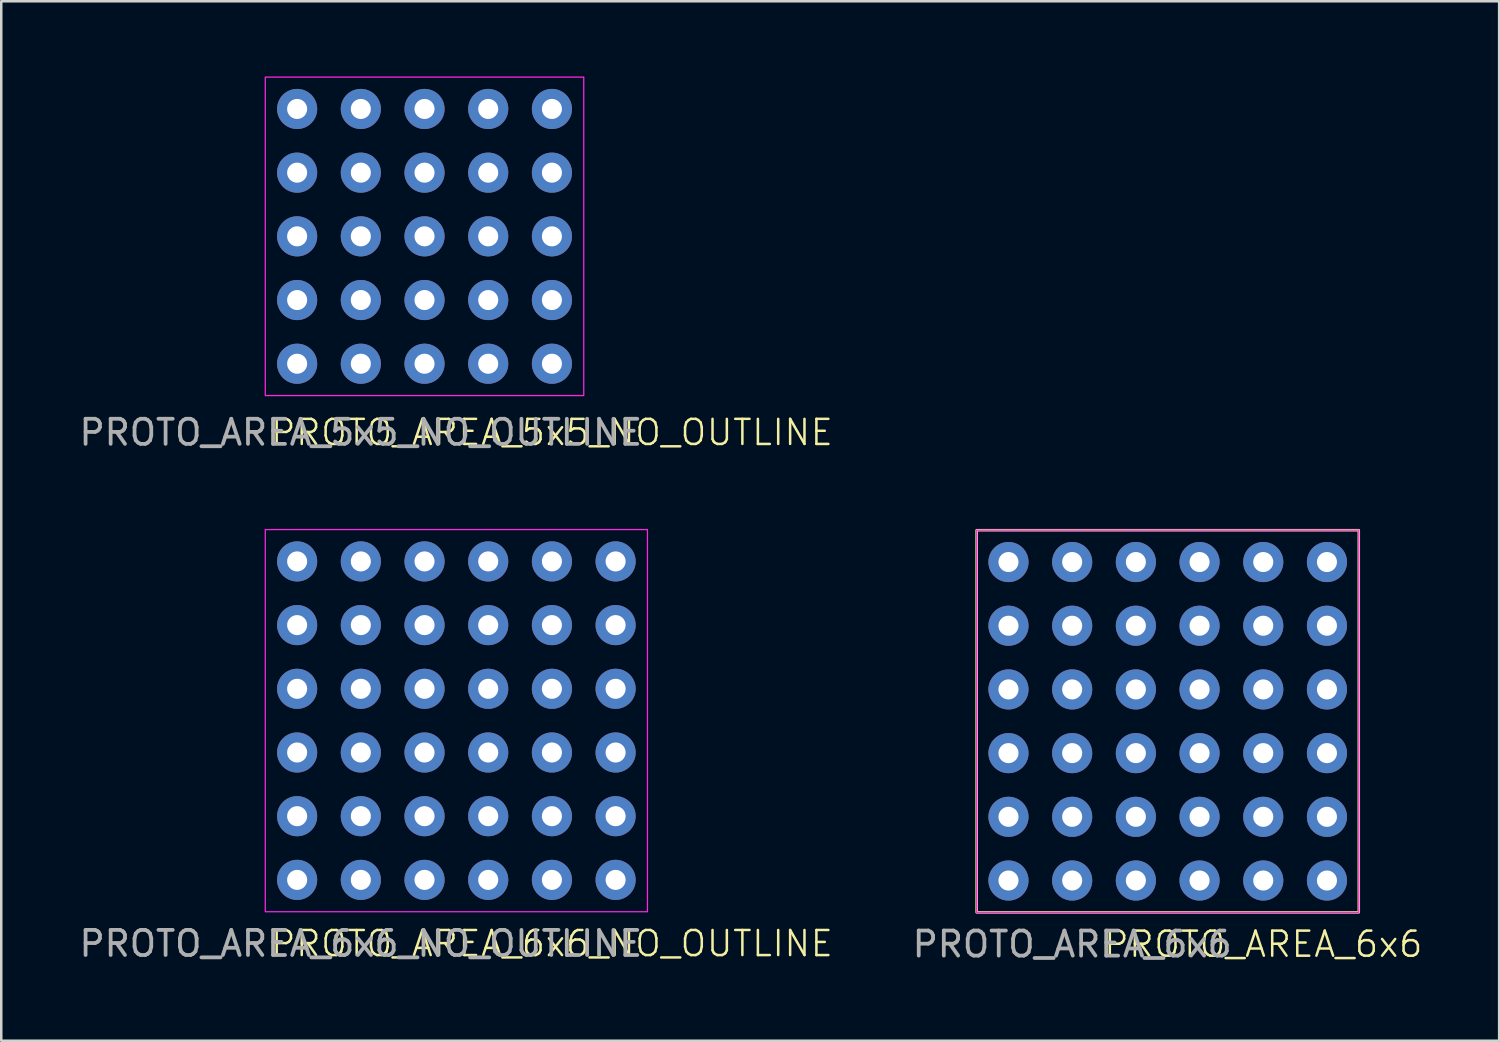
<source format=kicad_pcb>
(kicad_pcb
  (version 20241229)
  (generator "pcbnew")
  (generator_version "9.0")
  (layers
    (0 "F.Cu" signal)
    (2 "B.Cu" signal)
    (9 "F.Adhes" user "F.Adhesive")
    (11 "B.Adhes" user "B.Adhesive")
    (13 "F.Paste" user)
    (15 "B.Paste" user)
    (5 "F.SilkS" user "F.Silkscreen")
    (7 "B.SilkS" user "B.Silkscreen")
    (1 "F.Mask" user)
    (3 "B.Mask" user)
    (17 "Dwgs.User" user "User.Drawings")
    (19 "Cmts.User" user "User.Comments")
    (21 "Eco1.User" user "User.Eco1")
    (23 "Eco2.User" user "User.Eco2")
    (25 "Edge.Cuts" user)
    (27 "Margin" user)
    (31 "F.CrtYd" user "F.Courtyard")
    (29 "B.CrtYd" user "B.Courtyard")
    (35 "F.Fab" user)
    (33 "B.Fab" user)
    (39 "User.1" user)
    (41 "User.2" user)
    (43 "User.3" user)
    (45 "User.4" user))
  (footprint "PROTO_AREA_6x6_NO_OUTLINE"
    (layer "F.Cu")
    (at 8.799 19.338)
    (property "Reference" "PROTO_AREA_6x6_NO_OUTLINE" (at 10.16 15.24 0) (unlocked yes) (layer "F.SilkS") (effects (font (size 1 1) (thickness 0.1))))
    (attr through_hole)
    (fp_rect (start -1.27 -1.27) (end 13.97 13.97) (stroke (width 0.05) (type default)) (fill no) (layer "F.CrtYd"))
    (fp_text user "${REFERENCE}" (at 2.54 15.24 0) (unlocked yes) (layer "F.Fab") (effects (font (size 1 1) (thickness 0.15))))
    (pad "1" thru_hole circle (at 0 0) (size 1.6 1.6) (drill 0.8) (layers "*.Cu" "*.Mask"))
    (pad "2" thru_hole circle (at 0 2.54) (size 1.6 1.6) (drill 0.8) (layers "*.Cu" "*.Mask"))
    (pad "3" thru_hole circle (at 0 5.08) (size 1.6 1.6) (drill 0.8) (layers "*.Cu" "*.Mask"))
    (pad "4" thru_hole circle (at 0 7.62) (size 1.6 1.6) (drill 0.8) (layers "*.Cu" "*.Mask"))
    (pad "5" thru_hole circle (at 0 10.16) (size 1.6 1.6) (drill 0.8) (layers "*.Cu" "*.Mask"))
    (pad "6" thru_hole circle (at 0 12.7) (size 1.6 1.6) (drill 0.8) (layers "*.Cu" "*.Mask"))
    (pad "7" thru_hole circle (at 2.54 0) (size 1.6 1.6) (drill 0.8) (layers "*.Cu" "*.Mask"))
    (pad "8" thru_hole circle (at 2.54 2.54) (size 1.6 1.6) (drill 0.8) (layers "*.Cu" "*.Mask"))
    (pad "9" thru_hole circle (at 2.54 5.08) (size 1.6 1.6) (drill 0.8) (layers "*.Cu" "*.Mask"))
    (pad "10" thru_hole circle (at 2.54 7.62) (size 1.6 1.6) (drill 0.8) (layers "*.Cu" "*.Mask"))
    (pad "11" thru_hole circle (at 2.54 10.16) (size 1.6 1.6) (drill 0.8) (layers "*.Cu" "*.Mask"))
    (pad "12" thru_hole circle (at 2.54 12.7) (size 1.6 1.6) (drill 0.8) (layers "*.Cu" "*.Mask"))
    (pad "13" thru_hole circle (at 5.08 0) (size 1.6 1.6) (drill 0.8) (layers "*.Cu" "*.Mask"))
    (pad "14" thru_hole circle (at 5.08 2.54) (size 1.6 1.6) (drill 0.8) (layers "*.Cu" "*.Mask"))
    (pad "15" thru_hole circle (at 5.08 5.08) (size 1.6 1.6) (drill 0.8) (layers "*.Cu" "*.Mask"))
    (pad "16" thru_hole circle (at 5.08 7.62) (size 1.6 1.6) (drill 0.8) (layers "*.Cu" "*.Mask"))
    (pad "17" thru_hole circle (at 5.08 10.16) (size 1.6 1.6) (drill 0.8) (layers "*.Cu" "*.Mask"))
    (pad "18" thru_hole circle (at 5.08 12.7) (size 1.6 1.6) (drill 0.8) (layers "*.Cu" "*.Mask"))
    (pad "19" thru_hole circle (at 7.62 0) (size 1.6 1.6) (drill 0.8) (layers "*.Cu" "*.Mask"))
    (pad "20" thru_hole circle (at 7.62 2.54) (size 1.6 1.6) (drill 0.8) (layers "*.Cu" "*.Mask"))
    (pad "21" thru_hole circle (at 7.62 5.08) (size 1.6 1.6) (drill 0.8) (layers "*.Cu" "*.Mask"))
    (pad "22" thru_hole circle (at 7.62 7.62) (size 1.6 1.6) (drill 0.8) (layers "*.Cu" "*.Mask"))
    (pad "23" thru_hole circle (at 7.62 10.16) (size 1.6 1.6) (drill 0.8) (layers "*.Cu" "*.Mask"))
    (pad "24" thru_hole circle (at 7.62 12.7) (size 1.6 1.6) (drill 0.8) (layers "*.Cu" "*.Mask"))
    (pad "25" thru_hole circle (at 10.16 0) (size 1.6 1.6) (drill 0.8) (layers "*.Cu" "*.Mask"))
    (pad "26" thru_hole circle (at 10.16 2.54) (size 1.6 1.6) (drill 0.8) (layers "*.Cu" "*.Mask"))
    (pad "27" thru_hole circle (at 10.16 5.08) (size 1.6 1.6) (drill 0.8) (layers "*.Cu" "*.Mask"))
    (pad "28" thru_hole circle (at 10.16 7.62) (size 1.6 1.6) (drill 0.8) (layers "*.Cu" "*.Mask"))
    (pad "29" thru_hole circle (at 10.16 10.16) (size 1.6 1.6) (drill 0.8) (layers "*.Cu" "*.Mask"))
    (pad "30" thru_hole circle (at 10.16 12.7) (size 1.6 1.6) (drill 0.8) (layers "*.Cu" "*.Mask"))
    (pad "31" thru_hole circle (at 12.7 0) (size 1.6 1.6) (drill 0.8) (layers "*.Cu" "*.Mask"))
    (pad "32" thru_hole circle (at 12.7 2.54) (size 1.6 1.6) (drill 0.8) (layers "*.Cu" "*.Mask"))
    (pad "33" thru_hole circle (at 12.7 5.08) (size 1.6 1.6) (drill 0.8) (layers "*.Cu" "*.Mask"))
    (pad "34" thru_hole circle (at 12.7 7.62) (size 1.6 1.6) (drill 0.8) (layers "*.Cu" "*.Mask"))
    (pad "35" thru_hole circle (at 12.7 10.16) (size 1.6 1.6) (drill 0.8) (layers "*.Cu" "*.Mask"))
    (pad "36" thru_hole circle (at 12.7 12.7) (size 1.6 1.6) (drill 0.8) (layers "*.Cu" "*.Mask")))
  (footprint "PROTO_AREA_6x6"
    (layer "F.Cu")
    (at 37.166 19.363)
    (property "Reference" "PROTO_AREA_6x6" (at 10.16 15.24 0) (unlocked yes) (layer "F.SilkS") (effects (font (size 1 1) (thickness 0.1))))
    (attr through_hole)
    (fp_rect (start -1.27 -1.27) (end 13.97 13.97) (stroke (width 0.1) (type default)) (fill no) (layer "F.SilkS"))
    (fp_rect (start -1.27 -1.27) (end 13.97 13.97) (stroke (width 0.05) (type default)) (fill no) (layer "F.CrtYd"))
    (fp_text user "${REFERENCE}" (at 2.54 15.24 0) (unlocked yes) (layer "F.Fab") (effects (font (size 1 1) (thickness 0.15))))
    (pad "1" thru_hole circle (at 0 0) (size 1.6 1.6) (drill 0.8) (layers "*.Cu" "*.Mask"))
    (pad "2" thru_hole circle (at 0 2.54) (size 1.6 1.6) (drill 0.8) (layers "*.Cu" "*.Mask"))
    (pad "3" thru_hole circle (at 0 5.08) (size 1.6 1.6) (drill 0.8) (layers "*.Cu" "*.Mask"))
    (pad "4" thru_hole circle (at 0 7.62) (size 1.6 1.6) (drill 0.8) (layers "*.Cu" "*.Mask"))
    (pad "5" thru_hole circle (at 0 10.16) (size 1.6 1.6) (drill 0.8) (layers "*.Cu" "*.Mask"))
    (pad "6" thru_hole circle (at 0 12.7) (size 1.6 1.6) (drill 0.8) (layers "*.Cu" "*.Mask"))
    (pad "7" thru_hole circle (at 2.54 0) (size 1.6 1.6) (drill 0.8) (layers "*.Cu" "*.Mask"))
    (pad "8" thru_hole circle (at 2.54 2.54) (size 1.6 1.6) (drill 0.8) (layers "*.Cu" "*.Mask"))
    (pad "9" thru_hole circle (at 2.54 5.08) (size 1.6 1.6) (drill 0.8) (layers "*.Cu" "*.Mask"))
    (pad "10" thru_hole circle (at 2.54 7.62) (size 1.6 1.6) (drill 0.8) (layers "*.Cu" "*.Mask"))
    (pad "11" thru_hole circle (at 2.54 10.16) (size 1.6 1.6) (drill 0.8) (layers "*.Cu" "*.Mask"))
    (pad "12" thru_hole circle (at 2.54 12.7) (size 1.6 1.6) (drill 0.8) (layers "*.Cu" "*.Mask"))
    (pad "13" thru_hole circle (at 5.08 0) (size 1.6 1.6) (drill 0.8) (layers "*.Cu" "*.Mask"))
    (pad "14" thru_hole circle (at 5.08 2.54) (size 1.6 1.6) (drill 0.8) (layers "*.Cu" "*.Mask"))
    (pad "15" thru_hole circle (at 5.08 5.08) (size 1.6 1.6) (drill 0.8) (layers "*.Cu" "*.Mask"))
    (pad "16" thru_hole circle (at 5.08 7.62) (size 1.6 1.6) (drill 0.8) (layers "*.Cu" "*.Mask"))
    (pad "17" thru_hole circle (at 5.08 10.16) (size 1.6 1.6) (drill 0.8) (layers "*.Cu" "*.Mask"))
    (pad "18" thru_hole circle (at 5.08 12.7) (size 1.6 1.6) (drill 0.8) (layers "*.Cu" "*.Mask"))
    (pad "19" thru_hole circle (at 7.62 0) (size 1.6 1.6) (drill 0.8) (layers "*.Cu" "*.Mask"))
    (pad "20" thru_hole circle (at 7.62 2.54) (size 1.6 1.6) (drill 0.8) (layers "*.Cu" "*.Mask"))
    (pad "21" thru_hole circle (at 7.62 5.08) (size 1.6 1.6) (drill 0.8) (layers "*.Cu" "*.Mask"))
    (pad "22" thru_hole circle (at 7.62 7.62) (size 1.6 1.6) (drill 0.8) (layers "*.Cu" "*.Mask"))
    (pad "23" thru_hole circle (at 7.62 10.16) (size 1.6 1.6) (drill 0.8) (layers "*.Cu" "*.Mask"))
    (pad "24" thru_hole circle (at 7.62 12.7) (size 1.6 1.6) (drill 0.8) (layers "*.Cu" "*.Mask"))
    (pad "25" thru_hole circle (at 10.16 0) (size 1.6 1.6) (drill 0.8) (layers "*.Cu" "*.Mask"))
    (pad "26" thru_hole circle (at 10.16 2.54) (size 1.6 1.6) (drill 0.8) (layers "*.Cu" "*.Mask"))
    (pad "27" thru_hole circle (at 10.16 5.08) (size 1.6 1.6) (drill 0.8) (layers "*.Cu" "*.Mask"))
    (pad "28" thru_hole circle (at 10.16 7.62) (size 1.6 1.6) (drill 0.8) (layers "*.Cu" "*.Mask"))
    (pad "29" thru_hole circle (at 10.16 10.16) (size 1.6 1.6) (drill 0.8) (layers "*.Cu" "*.Mask"))
    (pad "30" thru_hole circle (at 10.16 12.7) (size 1.6 1.6) (drill 0.8) (layers "*.Cu" "*.Mask"))
    (pad "31" thru_hole circle (at 12.7 0) (size 1.6 1.6) (drill 0.8) (layers "*.Cu" "*.Mask"))
    (pad "32" thru_hole circle (at 12.7 2.54) (size 1.6 1.6) (drill 0.8) (layers "*.Cu" "*.Mask"))
    (pad "33" thru_hole circle (at 12.7 5.08) (size 1.6 1.6) (drill 0.8) (layers "*.Cu" "*.Mask"))
    (pad "34" thru_hole circle (at 12.7 7.62) (size 1.6 1.6) (drill 0.8) (layers "*.Cu" "*.Mask"))
    (pad "35" thru_hole circle (at 12.7 10.16) (size 1.6 1.6) (drill 0.8) (layers "*.Cu" "*.Mask"))
    (pad "36" thru_hole circle (at 12.7 12.7) (size 1.6 1.6) (drill 0.8) (layers "*.Cu" "*.Mask")))
  (footprint "PROTO_AREA_5x5_NO_OUTLINE"
    (layer "F.Cu")
    (at 8.799 1.295)
    (property "Reference" "PROTO_AREA_5x5_NO_OUTLINE" (at 10.16 12.9 0) (unlocked yes) (layer "F.SilkS") (effects (font (size 1 1) (thickness 0.1))))
    (attr through_hole)
    (fp_rect (start -1.27 -1.27) (end 11.43 11.43) (stroke (width 0.05) (type default)) (fill no) (layer "F.CrtYd"))
    (fp_text user "${REFERENCE}" (at 2.54 12.9 0) (unlocked yes) (layer "F.Fab") (effects (font (size 1 1) (thickness 0.15))))
    (pad "1" thru_hole circle (at 0 0) (size 1.6 1.6) (drill 0.8) (layers "*.Cu" "*.Mask"))
    (pad "2" thru_hole circle (at 0 2.54) (size 1.6 1.6) (drill 0.8) (layers "*.Cu" "*.Mask"))
    (pad "3" thru_hole circle (at 0 5.08) (size 1.6 1.6) (drill 0.8) (layers "*.Cu" "*.Mask"))
    (pad "4" thru_hole circle (at 0 7.62) (size 1.6 1.6) (drill 0.8) (layers "*.Cu" "*.Mask"))
    (pad "5" thru_hole circle (at 0 10.16) (size 1.6 1.6) (drill 0.8) (layers "*.Cu" "*.Mask"))
    (pad "6" thru_hole circle (at 2.54 0) (size 1.6 1.6) (drill 0.8) (layers "*.Cu" "*.Mask"))
    (pad "7" thru_hole circle (at 2.54 2.54) (size 1.6 1.6) (drill 0.8) (layers "*.Cu" "*.Mask"))
    (pad "8" thru_hole circle (at 2.54 5.08) (size 1.6 1.6) (drill 0.8) (layers "*.Cu" "*.Mask"))
    (pad "9" thru_hole circle (at 2.54 7.62) (size 1.6 1.6) (drill 0.8) (layers "*.Cu" "*.Mask"))
    (pad "10" thru_hole circle (at 2.54 10.16) (size 1.6 1.6) (drill 0.8) (layers "*.Cu" "*.Mask"))
    (pad "11" thru_hole circle (at 5.08 0) (size 1.6 1.6) (drill 0.8) (layers "*.Cu" "*.Mask"))
    (pad "12" thru_hole circle (at 5.08 2.54) (size 1.6 1.6) (drill 0.8) (layers "*.Cu" "*.Mask"))
    (pad "13" thru_hole circle (at 5.08 5.08) (size 1.6 1.6) (drill 0.8) (layers "*.Cu" "*.Mask"))
    (pad "14" thru_hole circle (at 5.08 7.62) (size 1.6 1.6) (drill 0.8) (layers "*.Cu" "*.Mask"))
    (pad "15" thru_hole circle (at 5.08 10.16) (size 1.6 1.6) (drill 0.8) (layers "*.Cu" "*.Mask"))
    (pad "16" thru_hole circle (at 7.62 0) (size 1.6 1.6) (drill 0.8) (layers "*.Cu" "*.Mask"))
    (pad "17" thru_hole circle (at 7.62 2.54) (size 1.6 1.6) (drill 0.8) (layers "*.Cu" "*.Mask"))
    (pad "18" thru_hole circle (at 7.62 5.08) (size 1.6 1.6) (drill 0.8) (layers "*.Cu" "*.Mask"))
    (pad "19" thru_hole circle (at 7.62 7.62) (size 1.6 1.6) (drill 0.8) (layers "*.Cu" "*.Mask"))
    (pad "20" thru_hole circle (at 7.62 10.16) (size 1.6 1.6) (drill 0.8) (layers "*.Cu" "*.Mask"))
    (pad "21" thru_hole circle (at 10.16 0) (size 1.6 1.6) (drill 0.8) (layers "*.Cu" "*.Mask"))
    (pad "22" thru_hole circle (at 10.16 2.54) (size 1.6 1.6) (drill 0.8) (layers "*.Cu" "*.Mask"))
    (pad "23" thru_hole circle (at 10.16 5.08) (size 1.6 1.6) (drill 0.8) (layers "*.Cu" "*.Mask"))
    (pad "24" thru_hole circle (at 10.16 7.62) (size 1.6 1.6) (drill 0.8) (layers "*.Cu" "*.Mask"))
    (pad "25" thru_hole circle (at 10.16 10.16) (size 1.6 1.6) (drill 0.8) (layers "*.Cu" "*.Mask")))
  (gr_rect
    (start -3 -3)
    (end 56.733 38.452)
    (stroke (width 0.1) (type default))
    (fill no)
    (layer "Edge.Cuts")))
</source>
